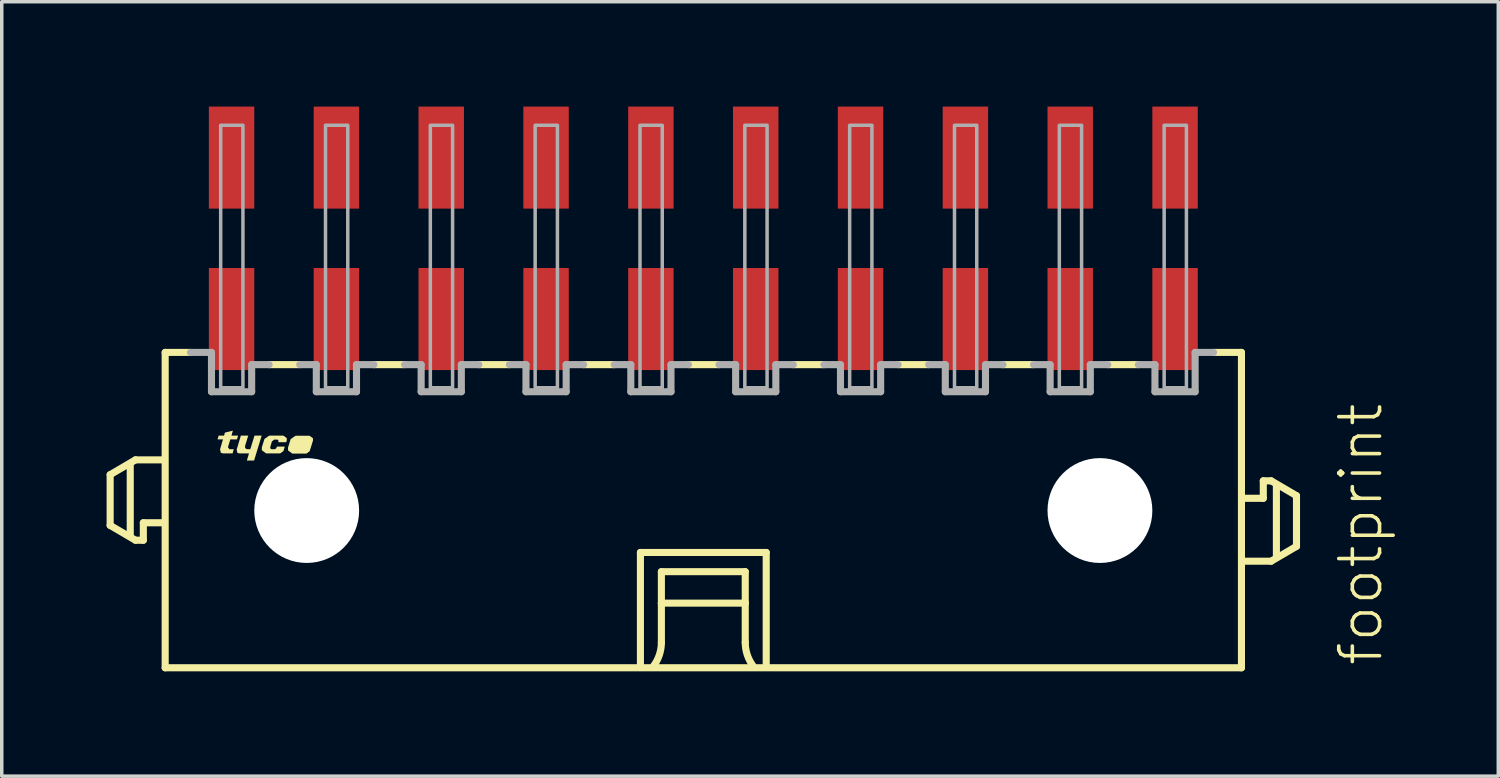
<source format=kicad_pcb>
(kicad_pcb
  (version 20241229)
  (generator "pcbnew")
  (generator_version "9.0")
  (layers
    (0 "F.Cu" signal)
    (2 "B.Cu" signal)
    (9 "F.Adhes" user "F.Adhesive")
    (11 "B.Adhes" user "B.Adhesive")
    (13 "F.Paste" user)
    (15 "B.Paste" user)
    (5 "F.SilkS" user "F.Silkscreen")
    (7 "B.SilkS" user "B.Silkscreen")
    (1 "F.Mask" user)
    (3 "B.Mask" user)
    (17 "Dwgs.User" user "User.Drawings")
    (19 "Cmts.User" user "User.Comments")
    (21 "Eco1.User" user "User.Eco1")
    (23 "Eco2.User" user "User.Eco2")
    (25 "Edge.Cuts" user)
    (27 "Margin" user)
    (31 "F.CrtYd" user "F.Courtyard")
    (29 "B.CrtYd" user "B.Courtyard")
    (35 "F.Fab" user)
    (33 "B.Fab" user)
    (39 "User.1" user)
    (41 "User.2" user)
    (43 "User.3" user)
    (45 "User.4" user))
  (footprint "footprint"
    (layer "F.Cu")
    (at 17.077 11.56)
    (property "Reference" "footprint" (at 19.5 4.5 90) (layer "F.SilkS") (effects (font (size 1.168 1.168) (thickness 0.102)) (justify left bottom)))
    (fp_line (start -16.975 -1.025) (end -16.975 0.425) (stroke (width 0.203) (type solid)) (layer "F.SilkS"))
    (fp_line (start -16.975 0.425) (end -16.25 0.85) (stroke (width 0.203) (type solid)) (layer "F.SilkS"))
    (fp_line (start -16.4 0.7) (end -16.4 -1.3) (stroke (width 0.203) (type solid)) (layer "F.SilkS"))
    (fp_line (start -16.25 -1.45) (end -16.975 -1.025) (stroke (width 0.203) (type solid)) (layer "F.SilkS"))
    (fp_line (start -16.25 0.85) (end -16.025 0.85) (stroke (width 0.203) (type solid)) (layer "F.SilkS"))
    (fp_line (start -16.025 0.35) (end -15.5 0.35) (stroke (width 0.203) (type solid)) (layer "F.SilkS"))
    (fp_line (start -16.025 0.85) (end -16.025 0.35) (stroke (width 0.203) (type solid)) (layer "F.SilkS"))
    (fp_line (start -15.5 -1.45) (end -16.25 -1.45) (stroke (width 0.203) (type solid)) (layer "F.SilkS"))
    (fp_line (start -15.4 -4.525) (end -15.4 4.5) (stroke (width 0.203) (type solid)) (layer "F.SilkS"))
    (fp_line (start -15.4 -4.525) (end -14.675 -4.525) (stroke (width 0.203) (type solid)) (layer "F.SilkS"))
    (fp_line (start -15.4 4.5) (end 15.4 4.5) (stroke (width 0.203) (type solid)) (layer "F.SilkS"))
    (fp_line (start -11.55 -4.175) (end -12.425 -4.175) (stroke (width 0.203) (type solid)) (layer "F.SilkS"))
    (fp_line (start -8.55 -4.175) (end -9.425 -4.175) (stroke (width 0.203) (type solid)) (layer "F.SilkS"))
    (fp_line (start -5.55 -4.175) (end -6.425 -4.175) (stroke (width 0.203) (type solid)) (layer "F.SilkS"))
    (fp_line (start -2.55 -4.175) (end -3.425 -4.175) (stroke (width 0.203) (type solid)) (layer "F.SilkS"))
    (fp_line (start -1.8 1.2) (end 1.8 1.2) (stroke (width 0.203) (type solid)) (layer "F.SilkS"))
    (fp_line (start -1.8 4.4) (end -1.8 1.2) (stroke (width 0.203) (type solid)) (layer "F.SilkS"))
    (fp_line (start -1.2 1.75) (end -1.2 2.65) (stroke (width 0.203) (type solid)) (layer "F.SilkS"))
    (fp_line (start -1.2 2.65) (end -1.2 3.775) (stroke (width 0.203) (type solid)) (layer "F.SilkS"))
    (fp_line (start -1.2 2.65) (end 1.2 2.65) (stroke (width 0.203) (type solid)) (layer "F.SilkS"))
    (fp_line (start 0.45 -4.175) (end -0.425 -4.175) (stroke (width 0.203) (type solid)) (layer "F.SilkS"))
    (fp_line (start 1.2 1.75) (end -1.2 1.75) (stroke (width 0.203) (type solid)) (layer "F.SilkS"))
    (fp_line (start 1.2 2.65) (end 1.2 1.75) (stroke (width 0.203) (type solid)) (layer "F.SilkS"))
    (fp_line (start 1.2 2.65) (end 1.2 3.775) (stroke (width 0.203) (type solid)) (layer "F.SilkS"))
    (fp_line (start 1.8 1.2) (end 1.8 4.4) (stroke (width 0.203) (type solid)) (layer "F.SilkS"))
    (fp_line (start 3.45 -4.175) (end 2.575 -4.175) (stroke (width 0.203) (type solid)) (layer "F.SilkS"))
    (fp_line (start 6.45 -4.175) (end 5.575 -4.175) (stroke (width 0.203) (type solid)) (layer "F.SilkS"))
    (fp_line (start 9.45 -4.175) (end 8.575 -4.175) (stroke (width 0.203) (type solid)) (layer "F.SilkS"))
    (fp_line (start 12.45 -4.175) (end 11.575 -4.175) (stroke (width 0.203) (type solid)) (layer "F.SilkS"))
    (fp_line (start 15.4 -4.525) (end 14.6 -4.525) (stroke (width 0.203) (type solid)) (layer "F.SilkS"))
    (fp_line (start 15.4 4.5) (end 15.4 -4.525) (stroke (width 0.203) (type solid)) (layer "F.SilkS"))
    (fp_line (start 15.5 1.45) (end 16.25 1.45) (stroke (width 0.203) (type solid)) (layer "F.SilkS"))
    (fp_line (start 16.025 -0.85) (end 16.025 -0.35) (stroke (width 0.203) (type solid)) (layer "F.SilkS"))
    (fp_line (start 16.025 -0.35) (end 15.5 -0.35) (stroke (width 0.203) (type solid)) (layer "F.SilkS"))
    (fp_line (start 16.25 -0.85) (end 16.025 -0.85) (stroke (width 0.203) (type solid)) (layer "F.SilkS"))
    (fp_line (start 16.25 1.45) (end 16.975 1.025) (stroke (width 0.203) (type solid)) (layer "F.SilkS"))
    (fp_line (start 16.4 1.3) (end 16.4 -0.7) (stroke (width 0.203) (type solid)) (layer "F.SilkS"))
    (fp_line (start 16.975 -0.425) (end 16.25 -0.85) (stroke (width 0.203) (type solid)) (layer "F.SilkS"))
    (fp_line (start 16.975 1.025) (end 16.975 -0.425) (stroke (width 0.203) (type solid)) (layer "F.SilkS"))
    (fp_arc (start -1.2 3.775) (mid -1.257731 4.130756) (end -1.425 4.449999) (stroke (width 0.2032) (type solid)) (layer "F.SilkS"))
    (fp_arc (start 1.425 4.449999) (mid 1.257732 4.130756) (end 1.2 3.775) (stroke (width 0.2032) (type solid)) (layer "F.SilkS"))
    (fp_poly (pts (xy -13.115 -1.844) (xy -13.113 -1.799) (xy -13.085 -1.764) (xy -13.039 -1.755) (xy -12.964 -1.755) (xy -12.844 -2.145) (xy -12.638 -2.145) (xy -12.856 -1.43) (xy -13.062 -1.43) (xy -13.002 -1.635) (xy -13.28 -1.635) (xy -13.28 -1.645) (xy -13.285 -1.645) (xy -13.285 -1.64) (xy -13.287 -1.635) (xy -13.333 -1.651) (xy -13.355 -1.74) (xy -13.234 -2.145) (xy -13.023 -2.145)) (stroke (width 0) (type solid)) (fill yes) (layer "F.SilkS"))
    (fp_poly (pts (xy -13.503 -2.145) (xy -13.313 -2.145) (xy -13.346 -2.035) (xy -13.536 -2.035) (xy -13.604 -1.811) (xy -13.562 -1.755) (xy -13.438 -1.755) (xy -13.471 -1.635) (xy -13.75 -1.635) (xy -13.75 -1.645) (xy -13.755 -1.645) (xy -13.755 -1.64) (xy -13.757 -1.635) (xy -13.807 -1.653) (xy -13.83 -1.75) (xy -13.747 -2.035) (xy -13.902 -2.035) (xy -13.869 -2.145) (xy -13.714 -2.145) (xy -13.692 -2.229) (xy -13.463 -2.287)) (stroke (width 0) (type solid)) (fill yes) (layer "F.SilkS"))
    (fp_poly (pts (xy -11.171 -2.069) (xy -11.17 -2.005) (xy -11.17 -2.004) (xy -11.223 -1.83) (xy -11.223 -1.83) (xy -11.225 -1.823) (xy -11.226 -1.82) (xy -11.226 -1.82) (xy -11.266 -1.697) (xy -11.358 -1.63) (xy -11.762 -1.63) (xy -11.884 -1.72) (xy -11.885 -1.8) (xy -11.885 -1.801) (xy -11.809 -2.043) (xy -11.673 -2.139) (xy -11.67 -2.135) (xy -11.67 -2.13) (xy -11.665 -2.13) (xy -11.665 -2.14) (xy -11.268 -2.14)) (stroke (width 0) (type solid)) (fill yes) (layer "F.SilkS"))
    (fp_poly (pts (xy -11.921 -2.074) (xy -11.92 -2.01) (xy -11.92 -2.009) (xy -11.936 -1.955) (xy -12.167 -1.955) (xy -12.16 -1.976) (xy -12.158 -2.001) (xy -12.172 -2.022) (xy -12.196 -2.03) (xy -12.278 -2.03) (xy -12.346 -1.977) (xy -12.395 -1.81) (xy -12.388 -1.772) (xy -12.354 -1.755) (xy -12.262 -1.755) (xy -12.219 -1.783) (xy -12.204 -1.83) (xy -11.978 -1.83) (xy -12.016 -1.702) (xy -12.108 -1.635) (xy -12.512 -1.635) (xy -12.634 -1.725) (xy -12.635 -1.805) (xy -12.635 -1.806) (xy -12.559 -2.048) (xy -12.423 -2.144) (xy -12.42 -2.14) (xy -12.42 -2.135) (xy -12.415 -2.135) (xy -12.415 -2.145) (xy -12.018 -2.145)) (stroke (width 0) (type solid)) (fill yes) (layer "F.SilkS"))
    (fp_line (start -14.075 -4.525) (end -14.675 -4.525) (stroke (width 0.203) (type solid)) (layer "F.Fab"))
    (fp_line (start -14.075 -3.4) (end -14.075 -4.525) (stroke (width 0.203) (type solid)) (layer "F.Fab"))
    (fp_line (start -12.925 -4.175) (end -12.925 -3.4) (stroke (width 0.203) (type solid)) (layer "F.Fab"))
    (fp_line (start -12.925 -3.4) (end -14.075 -3.4) (stroke (width 0.203) (type solid)) (layer "F.Fab"))
    (fp_line (start -12.425 -4.175) (end -12.925 -4.175) (stroke (width 0.203) (type solid)) (layer "F.Fab"))
    (fp_line (start -11.075 -4.175) (end -11.55 -4.175) (stroke (width 0.203) (type solid)) (layer "F.Fab"))
    (fp_line (start -11.075 -3.4) (end -11.075 -4.175) (stroke (width 0.203) (type solid)) (layer "F.Fab"))
    (fp_line (start -9.925 -4.175) (end -9.925 -3.4) (stroke (width 0.203) (type solid)) (layer "F.Fab"))
    (fp_line (start -9.925 -3.4) (end -11.075 -3.4) (stroke (width 0.203) (type solid)) (layer "F.Fab"))
    (fp_line (start -9.425 -4.175) (end -9.925 -4.175) (stroke (width 0.203) (type solid)) (layer "F.Fab"))
    (fp_line (start -8.075 -4.175) (end -8.55 -4.175) (stroke (width 0.203) (type solid)) (layer "F.Fab"))
    (fp_line (start -8.075 -3.4) (end -8.075 -4.175) (stroke (width 0.203) (type solid)) (layer "F.Fab"))
    (fp_line (start -6.925 -4.175) (end -6.925 -3.4) (stroke (width 0.203) (type solid)) (layer "F.Fab"))
    (fp_line (start -6.925 -3.4) (end -8.075 -3.4) (stroke (width 0.203) (type solid)) (layer "F.Fab"))
    (fp_line (start -6.425 -4.175) (end -6.925 -4.175) (stroke (width 0.203) (type solid)) (layer "F.Fab"))
    (fp_line (start -5.075 -4.175) (end -5.55 -4.175) (stroke (width 0.203) (type solid)) (layer "F.Fab"))
    (fp_line (start -5.075 -3.4) (end -5.075 -4.175) (stroke (width 0.203) (type solid)) (layer "F.Fab"))
    (fp_line (start -3.925 -4.175) (end -3.925 -3.4) (stroke (width 0.203) (type solid)) (layer "F.Fab"))
    (fp_line (start -3.925 -3.4) (end -5.075 -3.4) (stroke (width 0.203) (type solid)) (layer "F.Fab"))
    (fp_line (start -3.425 -4.175) (end -3.925 -4.175) (stroke (width 0.203) (type solid)) (layer "F.Fab"))
    (fp_line (start -2.075 -4.175) (end -2.55 -4.175) (stroke (width 0.203) (type solid)) (layer "F.Fab"))
    (fp_line (start -2.075 -3.4) (end -2.075 -4.175) (stroke (width 0.203) (type solid)) (layer "F.Fab"))
    (fp_line (start -0.925 -4.175) (end -0.925 -3.4) (stroke (width 0.203) (type solid)) (layer "F.Fab"))
    (fp_line (start -0.925 -3.4) (end -2.075 -3.4) (stroke (width 0.203) (type solid)) (layer "F.Fab"))
    (fp_line (start -0.425 -4.175) (end -0.925 -4.175) (stroke (width 0.203) (type solid)) (layer "F.Fab"))
    (fp_line (start 0.925 -4.175) (end 0.45 -4.175) (stroke (width 0.203) (type solid)) (layer "F.Fab"))
    (fp_line (start 0.925 -3.4) (end 0.925 -4.175) (stroke (width 0.203) (type solid)) (layer "F.Fab"))
    (fp_line (start 2.075 -4.175) (end 2.075 -3.4) (stroke (width 0.203) (type solid)) (layer "F.Fab"))
    (fp_line (start 2.075 -3.4) (end 0.925 -3.4) (stroke (width 0.203) (type solid)) (layer "F.Fab"))
    (fp_line (start 2.575 -4.175) (end 2.075 -4.175) (stroke (width 0.203) (type solid)) (layer "F.Fab"))
    (fp_line (start 3.925 -4.175) (end 3.45 -4.175) (stroke (width 0.203) (type solid)) (layer "F.Fab"))
    (fp_line (start 3.925 -3.4) (end 3.925 -4.175) (stroke (width 0.203) (type solid)) (layer "F.Fab"))
    (fp_line (start 5.075 -4.175) (end 5.075 -3.4) (stroke (width 0.203) (type solid)) (layer "F.Fab"))
    (fp_line (start 5.075 -3.4) (end 3.925 -3.4) (stroke (width 0.203) (type solid)) (layer "F.Fab"))
    (fp_line (start 5.575 -4.175) (end 5.075 -4.175) (stroke (width 0.203) (type solid)) (layer "F.Fab"))
    (fp_line (start 6.925 -4.175) (end 6.45 -4.175) (stroke (width 0.203) (type solid)) (layer "F.Fab"))
    (fp_line (start 6.925 -3.4) (end 6.925 -4.175) (stroke (width 0.203) (type solid)) (layer "F.Fab"))
    (fp_line (start 8.075 -4.175) (end 8.075 -3.4) (stroke (width 0.203) (type solid)) (layer "F.Fab"))
    (fp_line (start 8.075 -3.4) (end 6.925 -3.4) (stroke (width 0.203) (type solid)) (layer "F.Fab"))
    (fp_line (start 8.575 -4.175) (end 8.075 -4.175) (stroke (width 0.203) (type solid)) (layer "F.Fab"))
    (fp_line (start 9.925 -4.175) (end 9.45 -4.175) (stroke (width 0.203) (type solid)) (layer "F.Fab"))
    (fp_line (start 9.925 -3.4) (end 9.925 -4.175) (stroke (width 0.203) (type solid)) (layer "F.Fab"))
    (fp_line (start 11.075 -4.175) (end 11.075 -3.4) (stroke (width 0.203) (type solid)) (layer "F.Fab"))
    (fp_line (start 11.075 -3.4) (end 9.925 -3.4) (stroke (width 0.203) (type solid)) (layer "F.Fab"))
    (fp_line (start 11.575 -4.175) (end 11.075 -4.175) (stroke (width 0.203) (type solid)) (layer "F.Fab"))
    (fp_line (start 12.925 -4.175) (end 12.45 -4.175) (stroke (width 0.203) (type solid)) (layer "F.Fab"))
    (fp_line (start 12.925 -3.4) (end 12.925 -4.175) (stroke (width 0.203) (type solid)) (layer "F.Fab"))
    (fp_line (start 14.075 -4.525) (end 14.075 -3.4) (stroke (width 0.203) (type solid)) (layer "F.Fab"))
    (fp_line (start 14.075 -3.4) (end 12.925 -3.4) (stroke (width 0.203) (type solid)) (layer "F.Fab"))
    (fp_line (start 14.6 -4.525) (end 14.075 -4.525) (stroke (width 0.203) (type solid)) (layer "F.Fab"))
    (fp_poly (pts (xy -13.812 -3.513) (xy -13.175 -3.513) (xy -13.175 -11.025) (xy -13.812 -11.025)) (stroke (width 0.1) (type solid)) (fill no) (layer "F.Fab"))
    (fp_poly (pts (xy -10.812 -3.513) (xy -10.175 -3.513) (xy -10.175 -11.025) (xy -10.812 -11.025)) (stroke (width 0.1) (type solid)) (fill no) (layer "F.Fab"))
    (fp_poly (pts (xy -7.812 -3.513) (xy -7.175 -3.513) (xy -7.175 -11.025) (xy -7.812 -11.025)) (stroke (width 0.1) (type solid)) (fill no) (layer "F.Fab"))
    (fp_poly (pts (xy -4.812 -3.513) (xy -4.175 -3.513) (xy -4.175 -11.025) (xy -4.812 -11.025)) (stroke (width 0.1) (type solid)) (fill no) (layer "F.Fab"))
    (fp_poly (pts (xy -1.812 -3.513) (xy -1.175 -3.513) (xy -1.175 -11.025) (xy -1.812 -11.025)) (stroke (width 0.1) (type solid)) (fill no) (layer "F.Fab"))
    (fp_poly (pts (xy 1.188 -3.513) (xy 1.825 -3.513) (xy 1.825 -11.025) (xy 1.188 -11.025)) (stroke (width 0.1) (type solid)) (fill no) (layer "F.Fab"))
    (fp_poly (pts (xy 4.188 -3.513) (xy 4.825 -3.513) (xy 4.825 -11.025) (xy 4.188 -11.025)) (stroke (width 0.1) (type solid)) (fill no) (layer "F.Fab"))
    (fp_poly (pts (xy 7.188 -3.513) (xy 7.825 -3.513) (xy 7.825 -11.025) (xy 7.188 -11.025)) (stroke (width 0.1) (type solid)) (fill no) (layer "F.Fab"))
    (fp_poly (pts (xy 10.188 -3.513) (xy 10.825 -3.513) (xy 10.825 -11.025) (xy 10.188 -11.025)) (stroke (width 0.1) (type solid)) (fill no) (layer "F.Fab"))
    (fp_poly (pts (xy 13.188 -3.513) (xy 13.825 -3.513) (xy 13.825 -11.025) (xy 13.188 -11.025)) (stroke (width 0.1) (type solid)) (fill no) (layer "F.Fab"))
    (pad "" np_thru_hole circle (at -11.35 0) (size 3 3) (drill 3) (layers "*.Cu" "*.Mask"))
    (pad "" np_thru_hole circle (at 11.35 0) (size 3 3) (drill 3) (layers "*.Cu" "*.Mask"))
    (pad "1" smd rect (at 13.5 -10.1) (size 1.3 2.92) (layers "F.Cu" "F.Mask" "F.Paste"))
    (pad "2" smd rect (at 13.5 -5.48) (size 1.3 2.92) (layers "F.Cu" "F.Mask" "F.Paste"))
    (pad "3" smd rect (at 10.5 -10.1) (size 1.3 2.92) (layers "F.Cu" "F.Mask" "F.Paste"))
    (pad "4" smd rect (at 10.5 -5.48) (size 1.3 2.92) (layers "F.Cu" "F.Mask" "F.Paste"))
    (pad "5" smd rect (at 7.5 -10.1) (size 1.3 2.92) (layers "F.Cu" "F.Mask" "F.Paste"))
    (pad "6" smd rect (at 7.5 -5.48) (size 1.3 2.92) (layers "F.Cu" "F.Mask" "F.Paste"))
    (pad "7" smd rect (at 4.5 -10.1) (size 1.3 2.92) (layers "F.Cu" "F.Mask" "F.Paste"))
    (pad "8" smd rect (at 4.5 -5.48) (size 1.3 2.92) (layers "F.Cu" "F.Mask" "F.Paste"))
    (pad "9" smd rect (at 1.5 -10.1) (size 1.3 2.92) (layers "F.Cu" "F.Mask" "F.Paste"))
    (pad "10" smd rect (at 1.5 -5.48) (size 1.3 2.92) (layers "F.Cu" "F.Mask" "F.Paste"))
    (pad "11" smd rect (at -1.5 -10.1) (size 1.3 2.92) (layers "F.Cu" "F.Mask" "F.Paste"))
    (pad "12" smd rect (at -1.5 -5.48) (size 1.3 2.92) (layers "F.Cu" "F.Mask" "F.Paste"))
    (pad "13" smd rect (at -4.5 -10.1) (size 1.3 2.92) (layers "F.Cu" "F.Mask" "F.Paste"))
    (pad "14" smd rect (at -4.5 -5.48) (size 1.3 2.92) (layers "F.Cu" "F.Mask" "F.Paste"))
    (pad "15" smd rect (at -7.5 -10.1) (size 1.3 2.92) (layers "F.Cu" "F.Mask" "F.Paste"))
    (pad "16" smd rect (at -7.5 -5.48) (size 1.3 2.92) (layers "F.Cu" "F.Mask" "F.Paste"))
    (pad "17" smd rect (at -10.5 -10.1) (size 1.3 2.92) (layers "F.Cu" "F.Mask" "F.Paste"))
    (pad "18" smd rect (at -10.5 -5.48) (size 1.3 2.92) (layers "F.Cu" "F.Mask" "F.Paste"))
    (pad "19" smd rect (at -13.5 -5.48) (size 1.3 2.92) (layers "F.Cu" "F.Mask" "F.Paste"))
    (pad "20" smd rect (at -13.5 -10.1) (size 1.3 2.92) (layers "F.Cu" "F.Mask" "F.Paste")))
  (gr_rect
    (start -3 -3)
    (end 39.827 19.162)
    (stroke (width 0.1) (type default))
    (fill no)
    (layer "Edge.Cuts")))
</source>
